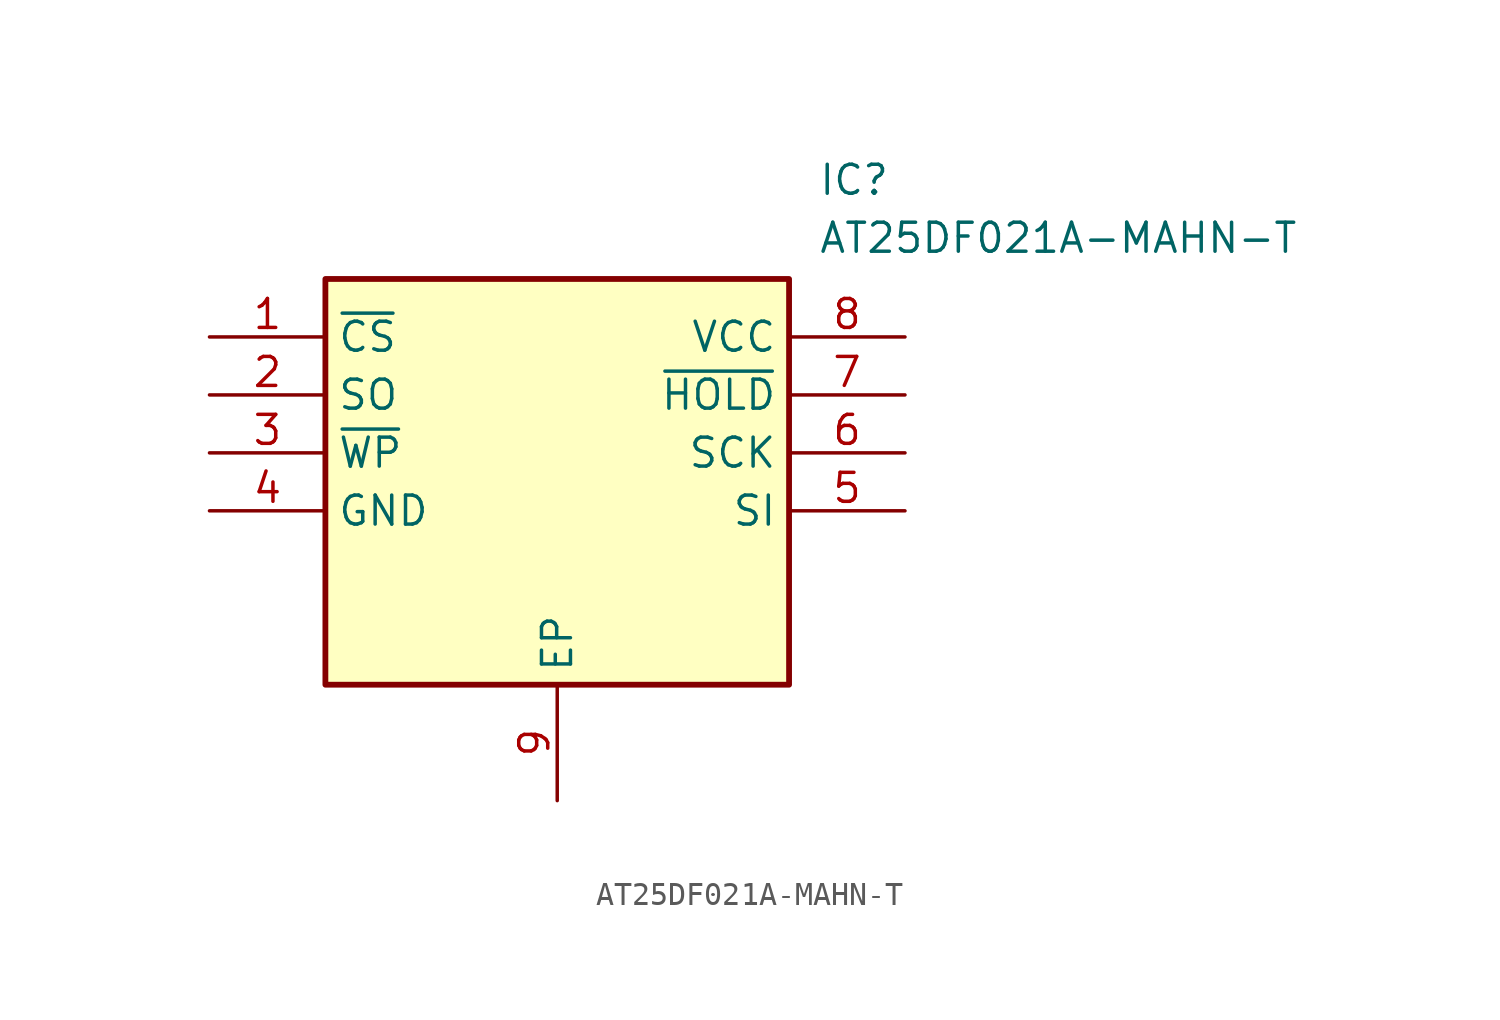
<source format=kicad_sym>
(kicad_symbol_lib
  (version 20211014)
  (generator SamacSys_ECAD_Model)
  (symbol "AT25DF021A-MAHN-T"
    (property "Reference" "IC"
      (at 26.67 7.62 0)
      (effects (font (size 1.27 1.27)) (justify left top)))
    (property "Value" "AT25DF021A-MAHN-T"
      (at 26.67 5.08 0)
      (effects (font (size 1.27 1.27)) (justify left top)))
    (rectangle
      (start 5.08 2.54)
      (end 25.4 -15.24)
      (stroke (width 0.254) (type default))
      (fill (type background)))
    (pin passive line
      (at 0 0 0)
      (length 5.08)
      (name "~{CS}" (effects (font (size 1.27 1.27))))
      (number "1" (effects (font (size 1.27 1.27)))))
    (pin passive line
      (at 0 -2.54 0)
      (length 5.08)
      (name "SO" (effects (font (size 1.27 1.27))))
      (number "2" (effects (font (size 1.27 1.27)))))
    (pin passive line
      (at 0 -5.08 0)
      (length 5.08)
      (name "~{WP}" (effects (font (size 1.27 1.27))))
      (number "3" (effects (font (size 1.27 1.27)))))
    (pin passive line
      (at 0 -7.62 0)
      (length 5.08)
      (name "GND" (effects (font (size 1.27 1.27))))
      (number "4" (effects (font (size 1.27 1.27)))))
    (pin passive line
      (at 15.24 -20.32 90)
      (length 5.08)
      (name "EP" (effects (font (size 1.27 1.27))))
      (number "9" (effects (font (size 1.27 1.27)))))
    (pin passive line
      (at 30.48 0 180)
      (length 5.08)
      (name "VCC" (effects (font (size 1.27 1.27))))
      (number "8" (effects (font (size 1.27 1.27)))))
    (pin passive line
      (at 30.48 -2.54 180)
      (length 5.08)
      (name "~{HOLD}" (effects (font (size 1.27 1.27))))
      (number "7" (effects (font (size 1.27 1.27)))))
    (pin passive line
      (at 30.48 -5.08 180)
      (length 5.08)
      (name "SCK" (effects (font (size 1.27 1.27))))
      (number "6" (effects (font (size 1.27 1.27)))))
    (pin passive line
      (at 30.48 -7.62 180)
      (length 5.08)
      (name "SI" (effects (font (size 1.27 1.27))))
      (number "5" (effects (font (size 1.27 1.27)))))))
</source>
